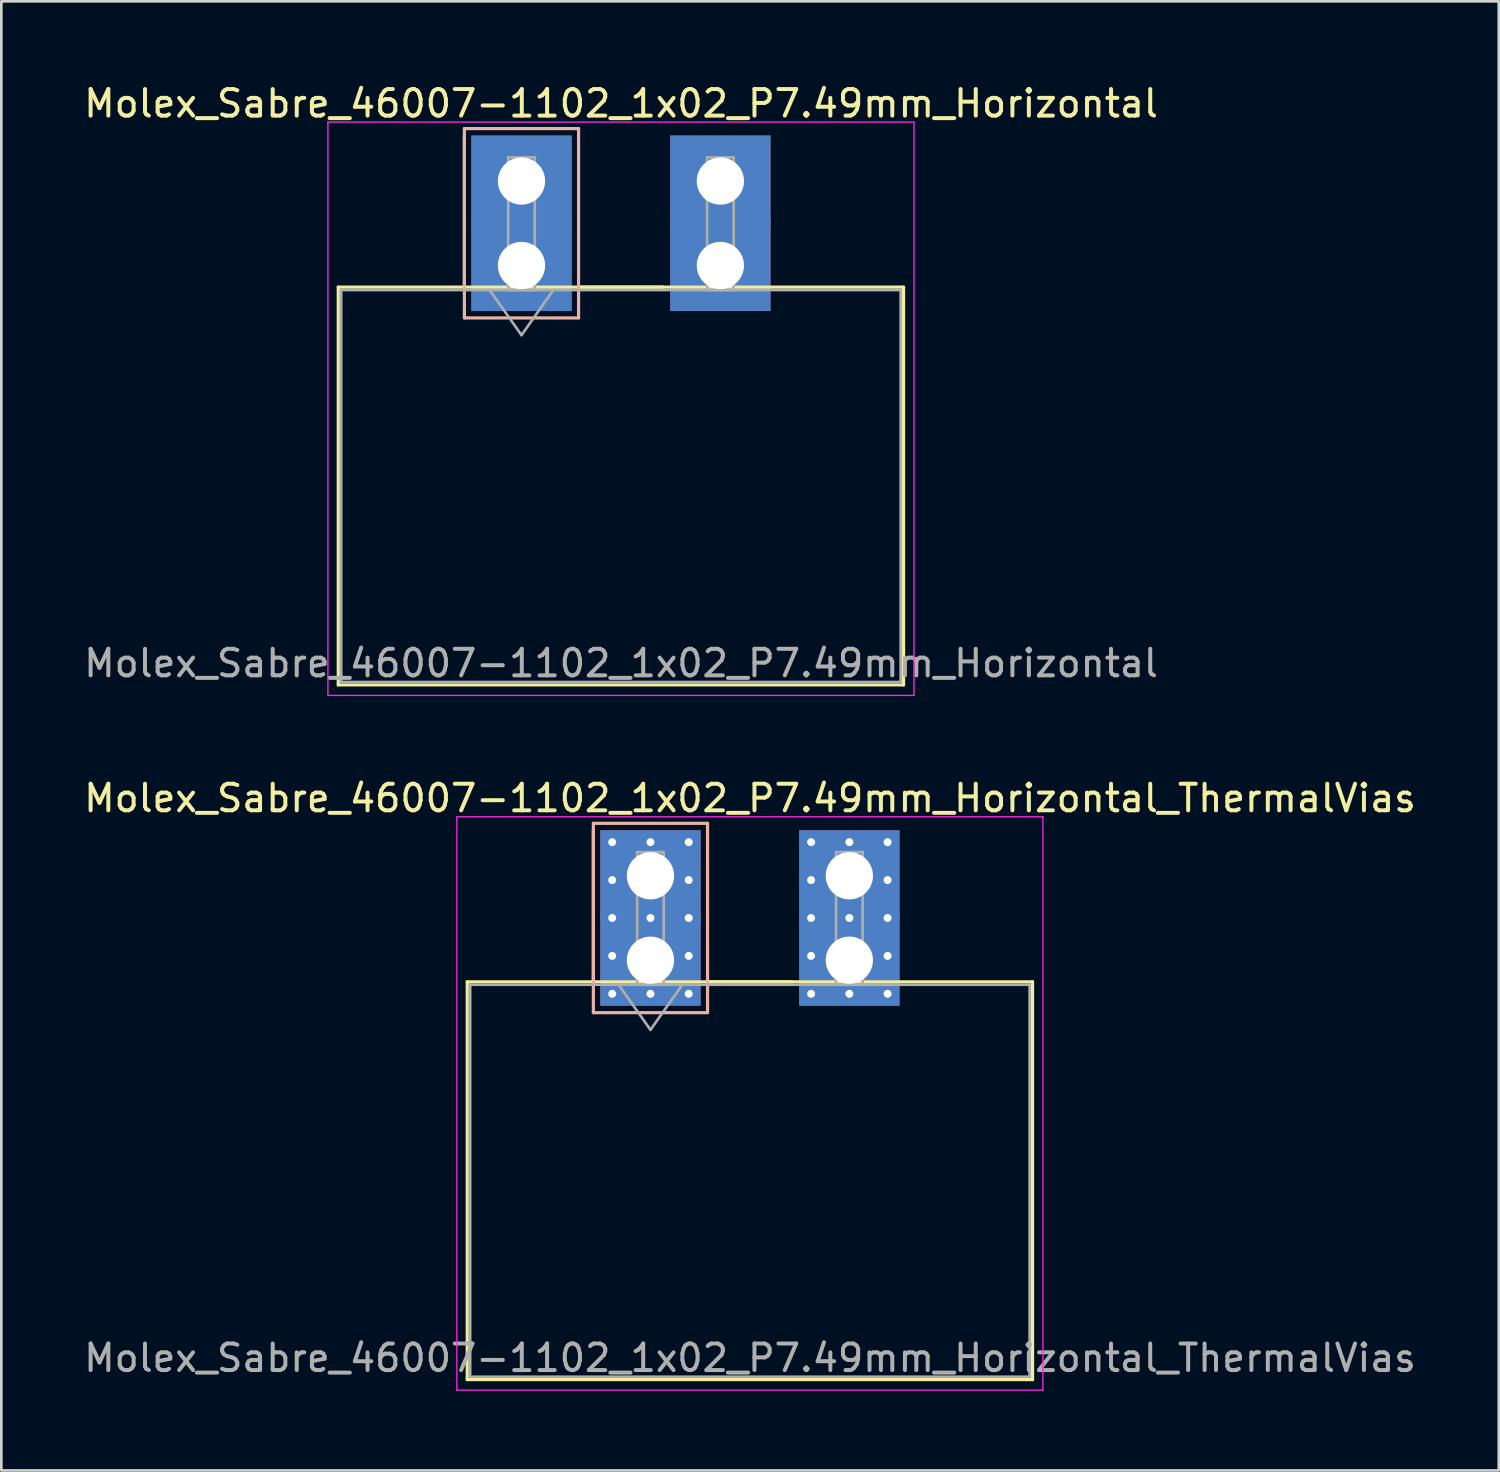
<source format=kicad_pcb>
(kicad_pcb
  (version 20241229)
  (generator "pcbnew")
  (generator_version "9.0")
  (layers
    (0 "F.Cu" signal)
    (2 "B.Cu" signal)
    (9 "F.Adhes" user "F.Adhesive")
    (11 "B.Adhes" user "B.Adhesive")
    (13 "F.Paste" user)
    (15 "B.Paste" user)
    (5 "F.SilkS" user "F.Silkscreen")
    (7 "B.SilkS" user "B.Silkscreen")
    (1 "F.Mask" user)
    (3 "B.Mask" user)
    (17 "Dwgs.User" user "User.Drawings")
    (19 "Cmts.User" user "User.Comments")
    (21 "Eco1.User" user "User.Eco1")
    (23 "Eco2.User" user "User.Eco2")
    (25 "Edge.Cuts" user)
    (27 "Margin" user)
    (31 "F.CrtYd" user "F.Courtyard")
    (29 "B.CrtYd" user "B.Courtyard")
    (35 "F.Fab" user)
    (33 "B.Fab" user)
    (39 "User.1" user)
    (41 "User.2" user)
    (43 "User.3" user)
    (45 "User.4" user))
  (footprint "Molex_Sabre_46007-1102_1x02_P7.49mm_Horizontal_ThermalVias"
    (layer "F.Cu")
    (at 21.446 33.111)
    (property "Reference" "Molex_Sabre_46007-1102_1x02_P7.49mm_Horizontal_ThermalVias" (at 3.75 -6.1 0) (layer "F.SilkS") (effects (font (size 1 1) (thickness 0.15))))
    (attr through_hole)
    (fp_line (start -6.9 0.815) (end -6.9 15.795) (stroke (width 0.12) (type solid)) (layer "F.SilkS"))
    (fp_line (start -6.9 15.795) (end 14.39 15.795) (stroke (width 0.12) (type solid)) (layer "F.SilkS"))
    (fp_line (start -2.15 0.815) (end -2.15 -4.895) (stroke (width 0.12) (type solid)) (layer "F.SilkS"))
    (fp_line (start 2.15 0.815) (end 5.34 0.815) (stroke (width 0.12) (type solid)) (layer "F.SilkS"))
    (fp_line (start 14.39 0.815) (end -6.9 0.815) (stroke (width 0.12) (type solid)) (layer "F.SilkS"))
    (fp_line (start 14.39 15.795) (end 14.39 0.815) (stroke (width 0.12) (type solid)) (layer "F.SilkS"))
    (fp_line (start -2.15 -5.155) (end -2.15 1.975) (stroke (width 0.12) (type solid)) (layer "B.SilkS"))
    (fp_line (start -2.15 1.975) (end 2.15 1.975) (stroke (width 0.12) (type solid)) (layer "B.SilkS"))
    (fp_line (start 2.15 -5.155) (end -2.15 -5.155) (stroke (width 0.12) (type solid)) (layer "B.SilkS"))
    (fp_line (start 2.15 1.975) (end 2.15 -5.155) (stroke (width 0.12) (type solid)) (layer "B.SilkS"))
    (fp_line (start -7.29 -5.4) (end -7.29 16.19) (stroke (width 0.05) (type solid)) (layer "F.CrtYd"))
    (fp_line (start -7.29 16.19) (end 14.78 16.19) (stroke (width 0.05) (type solid)) (layer "F.CrtYd"))
    (fp_line (start 14.78 -5.4) (end -7.29 -5.4) (stroke (width 0.05) (type solid)) (layer "F.CrtYd"))
    (fp_line (start 14.78 16.19) (end 14.78 -5.4) (stroke (width 0.05) (type solid)) (layer "F.CrtYd"))
    (fp_line (start -6.79 0.925) (end -6.79 15.685) (stroke (width 0.1) (type solid)) (layer "F.Fab"))
    (fp_line (start -6.79 15.685) (end 14.28 15.685) (stroke (width 0.1) (type solid)) (layer "F.Fab"))
    (fp_line (start -1.2 0.925) (end 0 2.622) (stroke (width 0.1) (type solid)) (layer "F.Fab"))
    (fp_line (start -0.5 -4.07) (end 0.5 -4.07) (stroke (width 0.1) (type solid)) (layer "F.Fab"))
    (fp_line (start -0.5 0.925) (end -0.5 -4.07) (stroke (width 0.1) (type solid)) (layer "F.Fab"))
    (fp_line (start 0 2.622) (end 1.2 0.925) (stroke (width 0.1) (type solid)) (layer "F.Fab"))
    (fp_line (start 0.5 -4.07) (end 0.5 0.925) (stroke (width 0.1) (type solid)) (layer "F.Fab"))
    (fp_line (start 0.5 0.925) (end -0.5 0.925) (stroke (width 0.1) (type solid)) (layer "F.Fab"))
    (fp_line (start 6.99 -4.07) (end 7.99 -4.07) (stroke (width 0.1) (type solid)) (layer "F.Fab"))
    (fp_line (start 6.99 0.925) (end 6.99 -4.07) (stroke (width 0.1) (type solid)) (layer "F.Fab"))
    (fp_line (start 7.99 -4.07) (end 7.99 0.925) (stroke (width 0.1) (type solid)) (layer "F.Fab"))
    (fp_line (start 7.99 0.925) (end 6.99 0.925) (stroke (width 0.1) (type solid)) (layer "F.Fab"))
    (fp_line (start 14.28 0.925) (end -6.79 0.925) (stroke (width 0.1) (type solid)) (layer "F.Fab"))
    (fp_line (start 14.28 15.685) (end 14.28 0.925) (stroke (width 0.1) (type solid)) (layer "F.Fab"))
    (fp_text user "${REFERENCE}" (at 3.75 14.98 0) (layer "F.Fab") (effects (font (size 1 1) (thickness 0.15))))
    (pad "1" thru_hole rect (at -1.44 -4.445) (size 0.6 0.6) (drill 0.3) (layers "*.Cu" "*.Mask"))
    (pad "1" thru_hole rect (at -1.44 -3.018) (size 0.6 0.6) (drill 0.3) (layers "*.Cu" "*.Mask"))
    (pad "1" thru_hole rect (at -1.44 -1.59) (size 0.6 0.6) (drill 0.3) (layers "*.Cu" "*.Mask"))
    (pad "1" thru_hole rect (at -1.44 -0.163) (size 0.6 0.6) (drill 0.3) (layers "*.Cu" "*.Mask"))
    (pad "1" thru_hole rect (at -1.44 1.265) (size 0.6 0.6) (drill 0.3) (layers "*.Cu" "*.Mask"))
    (pad "1" thru_hole rect (at 0 -4.445) (size 0.6 0.6) (drill 0.3) (layers "*.Cu" "*.Mask"))
    (pad "1" thru_hole rect (at 0 -3.18) (size 3.78 3.43) (drill 1.78) (layers "*.Cu" "*.Mask"))
    (pad "1" thru_hole rect (at 0 -1.59) (size 0.6 0.6) (drill 0.3) (layers "*.Cu" "*.Mask"))
    (pad "1" thru_hole rect (at 0 0) (size 3.78 3.43) (drill 1.78) (layers "*.Cu" "*.Mask"))
    (pad "1" thru_hole rect (at 0 1.265) (size 0.6 0.6) (drill 0.3) (layers "*.Cu" "*.Mask"))
    (pad "1" thru_hole rect (at 1.44 -4.445) (size 0.6 0.6) (drill 0.3) (layers "*.Cu" "*.Mask"))
    (pad "1" thru_hole rect (at 1.44 -3.018) (size 0.6 0.6) (drill 0.3) (layers "*.Cu" "*.Mask"))
    (pad "1" thru_hole rect (at 1.44 -1.59) (size 0.6 0.6) (drill 0.3) (layers "*.Cu" "*.Mask"))
    (pad "1" thru_hole rect (at 1.44 -0.163) (size 0.6 0.6) (drill 0.3) (layers "*.Cu" "*.Mask"))
    (pad "1" thru_hole rect (at 1.44 1.265) (size 0.6 0.6) (drill 0.3) (layers "*.Cu" "*.Mask"))
    (pad "2" thru_hole circle (at 6.05 -4.445) (size 0.6 0.6) (drill 0.3) (layers "*.Cu" "*.Mask"))
    (pad "2" thru_hole circle (at 6.05 -3.018) (size 0.6 0.6) (drill 0.3) (layers "*.Cu" "*.Mask"))
    (pad "2" thru_hole circle (at 6.05 -1.59) (size 0.6 0.6) (drill 0.3) (layers "*.Cu" "*.Mask"))
    (pad "2" thru_hole circle (at 6.05 -0.163) (size 0.6 0.6) (drill 0.3) (layers "*.Cu" "*.Mask"))
    (pad "2" thru_hole circle (at 6.05 1.265) (size 0.6 0.6) (drill 0.3) (layers "*.Cu" "*.Mask"))
    (pad "2" thru_hole circle (at 7.49 -4.445) (size 0.6 0.6) (drill 0.3) (layers "*.Cu" "*.Mask"))
    (pad "2" thru_hole rect (at 7.49 -3.18) (size 3.78 3.43) (drill 1.78) (layers "*.Cu" "*.Mask"))
    (pad "2" thru_hole circle (at 7.49 -1.59) (size 0.6 0.6) (drill 0.3) (layers "*.Cu" "*.Mask"))
    (pad "2" thru_hole rect (at 7.49 0) (size 3.78 3.43) (drill 1.78) (layers "*.Cu" "*.Mask"))
    (pad "2" thru_hole circle (at 7.49 1.265) (size 0.6 0.6) (drill 0.3) (layers "*.Cu" "*.Mask"))
    (pad "2" thru_hole circle (at 8.93 -4.445) (size 0.6 0.6) (drill 0.3) (layers "*.Cu" "*.Mask"))
    (pad "2" thru_hole circle (at 8.93 -3.018) (size 0.6 0.6) (drill 0.3) (layers "*.Cu" "*.Mask"))
    (pad "2" thru_hole circle (at 8.93 -1.59) (size 0.6 0.6) (drill 0.3) (layers "*.Cu" "*.Mask"))
    (pad "2" thru_hole circle (at 8.93 -0.163) (size 0.6 0.6) (drill 0.3) (layers "*.Cu" "*.Mask"))
    (pad "2" thru_hole circle (at 8.93 1.265) (size 0.6 0.6) (drill 0.3) (layers "*.Cu" "*.Mask")))
  (footprint "Molex_Sabre_46007-1102_1x02_P7.49mm_Horizontal"
    (layer "F.Cu")
    (at 16.589 6.948)
    (property "Reference" "Molex_Sabre_46007-1102_1x02_P7.49mm_Horizontal" (at 3.75 -6.1 0) (layer "F.SilkS") (effects (font (size 1 1) (thickness 0.15))))
    (attr through_hole)
    (fp_line (start -6.9 0.815) (end -6.9 15.795) (stroke (width 0.12) (type solid)) (layer "F.SilkS"))
    (fp_line (start -6.9 15.795) (end 14.39 15.795) (stroke (width 0.12) (type solid)) (layer "F.SilkS"))
    (fp_line (start -2.15 0.815) (end -2.15 -4.895) (stroke (width 0.12) (type solid)) (layer "F.SilkS"))
    (fp_line (start 2.15 0.815) (end 5.34 0.815) (stroke (width 0.12) (type solid)) (layer "F.SilkS"))
    (fp_line (start 14.39 0.815) (end -6.9 0.815) (stroke (width 0.12) (type solid)) (layer "F.SilkS"))
    (fp_line (start 14.39 15.795) (end 14.39 0.815) (stroke (width 0.12) (type solid)) (layer "F.SilkS"))
    (fp_line (start -2.15 -5.155) (end -2.15 1.975) (stroke (width 0.12) (type solid)) (layer "B.SilkS"))
    (fp_line (start -2.15 1.975) (end 2.15 1.975) (stroke (width 0.12) (type solid)) (layer "B.SilkS"))
    (fp_line (start 2.15 -5.155) (end -2.15 -5.155) (stroke (width 0.12) (type solid)) (layer "B.SilkS"))
    (fp_line (start 2.15 1.975) (end 2.15 -5.155) (stroke (width 0.12) (type solid)) (layer "B.SilkS"))
    (fp_line (start -7.29 -5.4) (end -7.29 16.19) (stroke (width 0.05) (type solid)) (layer "F.CrtYd"))
    (fp_line (start -7.29 16.19) (end 14.78 16.19) (stroke (width 0.05) (type solid)) (layer "F.CrtYd"))
    (fp_line (start 14.78 -5.4) (end -7.29 -5.4) (stroke (width 0.05) (type solid)) (layer "F.CrtYd"))
    (fp_line (start 14.78 16.19) (end 14.78 -5.4) (stroke (width 0.05) (type solid)) (layer "F.CrtYd"))
    (fp_line (start -6.79 0.925) (end -6.79 15.685) (stroke (width 0.1) (type solid)) (layer "F.Fab"))
    (fp_line (start -6.79 15.685) (end 14.28 15.685) (stroke (width 0.1) (type solid)) (layer "F.Fab"))
    (fp_line (start -1.2 0.925) (end 0 2.622) (stroke (width 0.1) (type solid)) (layer "F.Fab"))
    (fp_line (start -0.5 -4.07) (end 0.5 -4.07) (stroke (width 0.1) (type solid)) (layer "F.Fab"))
    (fp_line (start -0.5 0.925) (end -0.5 -4.07) (stroke (width 0.1) (type solid)) (layer "F.Fab"))
    (fp_line (start 0 2.622) (end 1.2 0.925) (stroke (width 0.1) (type solid)) (layer "F.Fab"))
    (fp_line (start 0.5 -4.07) (end 0.5 0.925) (stroke (width 0.1) (type solid)) (layer "F.Fab"))
    (fp_line (start 0.5 0.925) (end -0.5 0.925) (stroke (width 0.1) (type solid)) (layer "F.Fab"))
    (fp_line (start 6.99 -4.07) (end 7.99 -4.07) (stroke (width 0.1) (type solid)) (layer "F.Fab"))
    (fp_line (start 6.99 0.925) (end 6.99 -4.07) (stroke (width 0.1) (type solid)) (layer "F.Fab"))
    (fp_line (start 7.99 -4.07) (end 7.99 0.925) (stroke (width 0.1) (type solid)) (layer "F.Fab"))
    (fp_line (start 7.99 0.925) (end 6.99 0.925) (stroke (width 0.1) (type solid)) (layer "F.Fab"))
    (fp_line (start 14.28 0.925) (end -6.79 0.925) (stroke (width 0.1) (type solid)) (layer "F.Fab"))
    (fp_line (start 14.28 15.685) (end 14.28 0.925) (stroke (width 0.1) (type solid)) (layer "F.Fab"))
    (fp_text user "${REFERENCE}" (at 3.75 14.98 0) (layer "F.Fab") (effects (font (size 1 1) (thickness 0.15))))
    (pad "1" thru_hole rect (at 0 -3.18) (size 3.78 3.43) (drill 1.78) (layers "*.Cu" "*.Mask"))
    (pad "1" thru_hole rect (at 0 0) (size 3.78 3.43) (drill 1.78) (layers "*.Cu" "*.Mask"))
    (pad "2" thru_hole rect (at 7.49 -3.18) (size 3.78 3.43) (drill 1.78) (layers "*.Cu" "*.Mask"))
    (pad "2" thru_hole rect (at 7.49 0) (size 3.78 3.43) (drill 1.78) (layers "*.Cu" "*.Mask")))
  (gr_rect
    (start -3 -3)
    (end 53.393 52.327)
    (stroke (width 0.1) (type default))
    (fill no)
    (layer "Edge.Cuts")))
</source>
